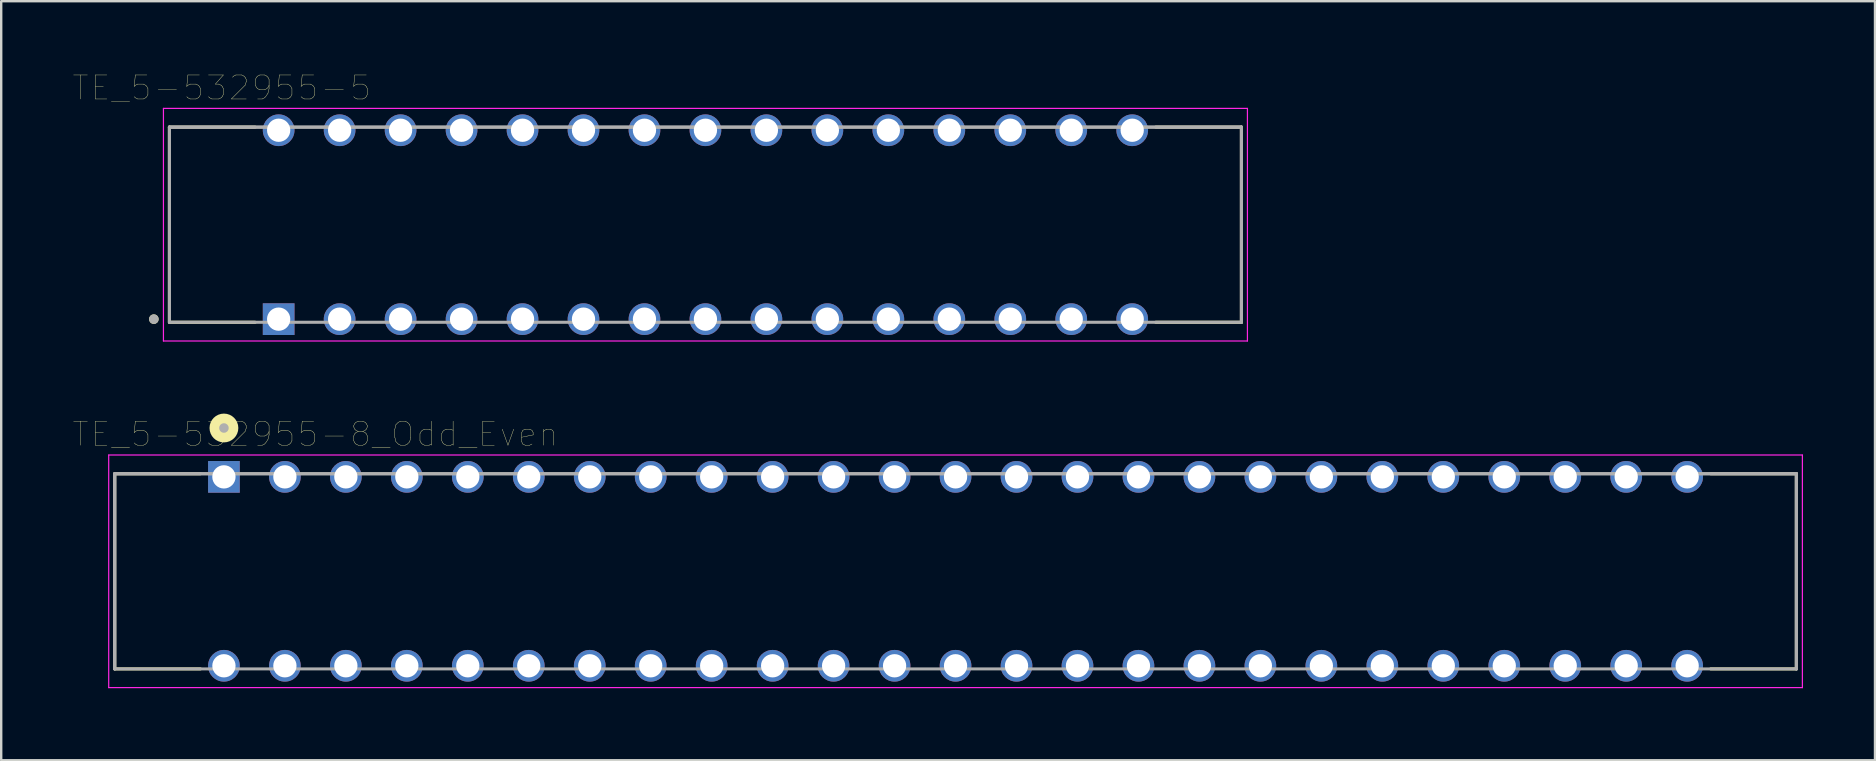
<source format=kicad_pcb>
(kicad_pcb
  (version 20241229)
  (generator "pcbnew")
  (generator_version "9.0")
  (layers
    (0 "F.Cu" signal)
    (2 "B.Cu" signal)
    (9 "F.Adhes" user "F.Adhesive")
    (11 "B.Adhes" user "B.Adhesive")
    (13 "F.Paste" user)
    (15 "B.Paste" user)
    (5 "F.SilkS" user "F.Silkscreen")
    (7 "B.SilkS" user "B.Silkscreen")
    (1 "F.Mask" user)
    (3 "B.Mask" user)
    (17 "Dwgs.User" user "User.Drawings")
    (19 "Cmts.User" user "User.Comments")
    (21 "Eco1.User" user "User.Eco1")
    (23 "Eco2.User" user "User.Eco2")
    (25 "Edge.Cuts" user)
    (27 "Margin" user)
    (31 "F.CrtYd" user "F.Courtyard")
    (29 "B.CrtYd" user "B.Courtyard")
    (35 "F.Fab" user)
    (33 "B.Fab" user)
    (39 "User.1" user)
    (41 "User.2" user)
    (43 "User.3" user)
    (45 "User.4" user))
  (footprint "TE_5-532955-5"
    (layer "F.Cu")
    (at 8.559 10.246)
    (property "Reference" "TE_5-532955-5" (at -2.375 -9.635 0) (layer "F.SilkS") (effects (font (size 1 1) (thickness 0.015))))
    (attr through_hole)
    (fp_line (start -4.55 -8) (end -0.98 -8) (stroke (width 0.127) (type solid)) (layer "F.SilkS"))
    (fp_line (start -4.55 0.13) (end -4.55 -8) (stroke (width 0.127) (type solid)) (layer "F.SilkS"))
    (fp_line (start -0.98 0.13) (end -4.55 0.13) (stroke (width 0.127) (type solid)) (layer "F.SilkS"))
    (fp_line (start 36.54 -8) (end 40.11 -8) (stroke (width 0.127) (type solid)) (layer "F.SilkS"))
    (fp_line (start 36.54 0.13) (end 40.11 0.13) (stroke (width 0.127) (type solid)) (layer "F.SilkS"))
    (fp_line (start 40.11 -8) (end 40.11 0.13) (stroke (width 0.127) (type solid)) (layer "F.SilkS"))
    (fp_circle (center -5.2 0) (end -5.1 0) (stroke (width 0.2) (type solid)) (fill no) (layer "F.SilkS"))
    (fp_line (start -4.8 -8.78) (end 40.36 -8.78) (stroke (width 0.05) (type solid)) (layer "F.CrtYd"))
    (fp_line (start -4.8 0.91) (end -4.8 -8.78) (stroke (width 0.05) (type solid)) (layer "F.CrtYd"))
    (fp_line (start 40.36 -8.78) (end 40.36 0.91) (stroke (width 0.05) (type solid)) (layer "F.CrtYd"))
    (fp_line (start 40.36 0.91) (end -4.8 0.91) (stroke (width 0.05) (type solid)) (layer "F.CrtYd"))
    (fp_line (start -4.55 -8) (end 40.11 -8) (stroke (width 0.127) (type solid)) (layer "F.Fab"))
    (fp_line (start -4.55 -8) (end 40.11 -8) (stroke (width 0.127) (type solid)) (layer "F.Fab"))
    (fp_line (start -4.55 0.13) (end -4.55 -8) (stroke (width 0.127) (type solid)) (layer "F.Fab"))
    (fp_line (start -4.55 0.13) (end -4.55 -8) (stroke (width 0.127) (type solid)) (layer "F.Fab"))
    (fp_line (start 40.11 -8) (end 40.11 0.13) (stroke (width 0.127) (type solid)) (layer "F.Fab"))
    (fp_line (start 40.11 -8) (end 40.11 0.13) (stroke (width 0.127) (type solid)) (layer "F.Fab"))
    (fp_line (start 40.11 0.13) (end -4.55 0.13) (stroke (width 0.127) (type solid)) (layer "F.Fab"))
    (fp_circle (center -5.2 0) (end -5.1 0) (stroke (width 0.2) (type solid)) (fill no) (layer "F.Fab"))
    (pad "1" thru_hole rect (at 0 0) (size 1.32 1.32) (drill 0.97) (layers "*.Cu" "*.Mask"))
    (pad "2" thru_hole circle (at 2.54 0) (size 1.32 1.32) (drill 0.97) (layers "*.Cu" "*.Mask"))
    (pad "3" thru_hole circle (at 5.08 0) (size 1.32 1.32) (drill 0.97) (layers "*.Cu" "*.Mask"))
    (pad "4" thru_hole circle (at 7.62 0) (size 1.32 1.32) (drill 0.97) (layers "*.Cu" "*.Mask"))
    (pad "5" thru_hole circle (at 10.16 0) (size 1.32 1.32) (drill 0.97) (layers "*.Cu" "*.Mask"))
    (pad "6" thru_hole circle (at 12.7 0) (size 1.32 1.32) (drill 0.97) (layers "*.Cu" "*.Mask"))
    (pad "7" thru_hole circle (at 15.24 0) (size 1.32 1.32) (drill 0.97) (layers "*.Cu" "*.Mask"))
    (pad "8" thru_hole circle (at 17.78 0) (size 1.32 1.32) (drill 0.97) (layers "*.Cu" "*.Mask"))
    (pad "9" thru_hole circle (at 20.32 0) (size 1.32 1.32) (drill 0.97) (layers "*.Cu" "*.Mask"))
    (pad "10" thru_hole circle (at 22.86 0) (size 1.32 1.32) (drill 0.97) (layers "*.Cu" "*.Mask"))
    (pad "11" thru_hole circle (at 25.4 0) (size 1.32 1.32) (drill 0.97) (layers "*.Cu" "*.Mask"))
    (pad "12" thru_hole circle (at 27.94 0) (size 1.32 1.32) (drill 0.97) (layers "*.Cu" "*.Mask"))
    (pad "13" thru_hole circle (at 30.48 0) (size 1.32 1.32) (drill 0.97) (layers "*.Cu" "*.Mask"))
    (pad "14" thru_hole circle (at 33.02 0) (size 1.32 1.32) (drill 0.97) (layers "*.Cu" "*.Mask"))
    (pad "15" thru_hole circle (at 35.56 0) (size 1.32 1.32) (drill 0.97) (layers "*.Cu" "*.Mask"))
    (pad "16" thru_hole circle (at 0 -7.87) (size 1.32 1.32) (drill 0.97) (layers "*.Cu" "*.Mask"))
    (pad "17" thru_hole circle (at 2.54 -7.87) (size 1.32 1.32) (drill 0.97) (layers "*.Cu" "*.Mask"))
    (pad "18" thru_hole circle (at 5.08 -7.87) (size 1.32 1.32) (drill 0.97) (layers "*.Cu" "*.Mask"))
    (pad "19" thru_hole circle (at 7.62 -7.87) (size 1.32 1.32) (drill 0.97) (layers "*.Cu" "*.Mask"))
    (pad "20" thru_hole circle (at 10.16 -7.87) (size 1.32 1.32) (drill 0.97) (layers "*.Cu" "*.Mask"))
    (pad "21" thru_hole circle (at 12.7 -7.87) (size 1.32 1.32) (drill 0.97) (layers "*.Cu" "*.Mask"))
    (pad "22" thru_hole circle (at 15.24 -7.87) (size 1.32 1.32) (drill 0.97) (layers "*.Cu" "*.Mask"))
    (pad "23" thru_hole circle (at 17.78 -7.87) (size 1.32 1.32) (drill 0.97) (layers "*.Cu" "*.Mask"))
    (pad "24" thru_hole circle (at 20.32 -7.87) (size 1.32 1.32) (drill 0.97) (layers "*.Cu" "*.Mask"))
    (pad "25" thru_hole circle (at 22.86 -7.87) (size 1.32 1.32) (drill 0.97) (layers "*.Cu" "*.Mask"))
    (pad "26" thru_hole circle (at 25.4 -7.87) (size 1.32 1.32) (drill 0.97) (layers "*.Cu" "*.Mask"))
    (pad "27" thru_hole circle (at 27.94 -7.87) (size 1.32 1.32) (drill 0.97) (layers "*.Cu" "*.Mask"))
    (pad "28" thru_hole circle (at 30.48 -7.87) (size 1.32 1.32) (drill 0.97) (layers "*.Cu" "*.Mask"))
    (pad "29" thru_hole circle (at 33.02 -7.87) (size 1.32 1.32) (drill 0.97) (layers "*.Cu" "*.Mask"))
    (pad "30" thru_hole circle (at 35.56 -7.87) (size 1.32 1.32) (drill 0.97) (layers "*.Cu" "*.Mask")))
  (footprint "TE_5-532955-8_Odd_Even"
    (layer "F.Cu")
    (at 6.279 16.817)
    (property "Reference" "TE_5-532955-8_Odd_Even" (at 3.81 -1.782 0) (layer "F.SilkS") (effects (font (size 1 1) (thickness 0.015))))
    (attr through_hole)
    (fp_line (start -4.55 -0.13) (end -0.98 -0.13) (stroke (width 0.127) (type solid)) (layer "F.SilkS"))
    (fp_line (start -4.55 8) (end -4.55 -0.13) (stroke (width 0.127) (type solid)) (layer "F.SilkS"))
    (fp_line (start -0.98 8) (end -4.55 8) (stroke (width 0.127) (type solid)) (layer "F.SilkS"))
    (fp_line (start 61.94 -0.13) (end 65.51 -0.13) (stroke (width 0.127) (type solid)) (layer "F.SilkS"))
    (fp_line (start 61.94 8) (end 65.51 8) (stroke (width 0.127) (type solid)) (layer "F.SilkS"))
    (fp_line (start 65.51 -0.13) (end 65.51 8) (stroke (width 0.127) (type solid)) (layer "F.SilkS"))
    (fp_circle (center 0 -2.036) (end 0.3 -2.036) (stroke (width 0.6) (type solid)) (fill no) (layer "F.SilkS"))
    (fp_line (start -4.8 -0.91) (end 65.76 -0.91) (stroke (width 0.05) (type solid)) (layer "F.CrtYd"))
    (fp_line (start -4.8 8.78) (end -4.8 -0.91) (stroke (width 0.05) (type solid)) (layer "F.CrtYd"))
    (fp_line (start 65.76 -0.91) (end 65.76 8.78) (stroke (width 0.05) (type solid)) (layer "F.CrtYd"))
    (fp_line (start 65.76 8.78) (end -4.8 8.78) (stroke (width 0.05) (type solid)) (layer "F.CrtYd"))
    (fp_line (start -4.55 -0.13) (end 65.51 -0.13) (stroke (width 0.127) (type solid)) (layer "F.Fab"))
    (fp_line (start -4.55 -0.13) (end 65.51 -0.13) (stroke (width 0.127) (type solid)) (layer "F.Fab"))
    (fp_line (start -4.55 8) (end -4.55 -0.13) (stroke (width 0.127) (type solid)) (layer "F.Fab"))
    (fp_line (start -4.55 8) (end -4.55 -0.13) (stroke (width 0.127) (type solid)) (layer "F.Fab"))
    (fp_line (start 65.51 -0.13) (end 65.51 8) (stroke (width 0.127) (type solid)) (layer "F.Fab"))
    (fp_line (start 65.51 -0.13) (end 65.51 8) (stroke (width 0.127) (type solid)) (layer "F.Fab"))
    (fp_line (start 65.51 8) (end -4.55 8) (stroke (width 0.127) (type solid)) (layer "F.Fab"))
    (fp_circle (center 0 -2.036) (end 0.1 -2.036) (stroke (width 0.2) (type solid)) (fill no) (layer "F.Fab"))
    (pad "1" thru_hole rect (at 0 0) (size 1.32 1.32) (drill 0.97) (layers "*.Cu" "*.Mask"))
    (pad "2" thru_hole circle (at 0 7.87) (size 1.32 1.32) (drill 0.97) (layers "*.Cu" "*.Mask"))
    (pad "3" thru_hole circle (at 2.54 0) (size 1.32 1.32) (drill 0.97) (layers "*.Cu" "*.Mask"))
    (pad "4" thru_hole circle (at 2.54 7.87) (size 1.32 1.32) (drill 0.97) (layers "*.Cu" "*.Mask"))
    (pad "5" thru_hole circle (at 5.08 0) (size 1.32 1.32) (drill 0.97) (layers "*.Cu" "*.Mask"))
    (pad "6" thru_hole circle (at 5.08 7.87) (size 1.32 1.32) (drill 0.97) (layers "*.Cu" "*.Mask"))
    (pad "7" thru_hole circle (at 7.62 0) (size 1.32 1.32) (drill 0.97) (layers "*.Cu" "*.Mask"))
    (pad "8" thru_hole circle (at 7.62 7.87) (size 1.32 1.32) (drill 0.97) (layers "*.Cu" "*.Mask"))
    (pad "9" thru_hole circle (at 10.16 0) (size 1.32 1.32) (drill 0.97) (layers "*.Cu" "*.Mask"))
    (pad "10" thru_hole circle (at 10.16 7.87) (size 1.32 1.32) (drill 0.97) (layers "*.Cu" "*.Mask"))
    (pad "11" thru_hole circle (at 12.7 0) (size 1.32 1.32) (drill 0.97) (layers "*.Cu" "*.Mask"))
    (pad "12" thru_hole circle (at 12.7 7.87) (size 1.32 1.32) (drill 0.97) (layers "*.Cu" "*.Mask"))
    (pad "13" thru_hole circle (at 15.24 0) (size 1.32 1.32) (drill 0.97) (layers "*.Cu" "*.Mask"))
    (pad "14" thru_hole circle (at 15.24 7.87) (size 1.32 1.32) (drill 0.97) (layers "*.Cu" "*.Mask"))
    (pad "15" thru_hole circle (at 17.78 0) (size 1.32 1.32) (drill 0.97) (layers "*.Cu" "*.Mask"))
    (pad "16" thru_hole circle (at 17.78 7.87) (size 1.32 1.32) (drill 0.97) (layers "*.Cu" "*.Mask"))
    (pad "17" thru_hole circle (at 20.32 0) (size 1.32 1.32) (drill 0.97) (layers "*.Cu" "*.Mask"))
    (pad "18" thru_hole circle (at 20.32 7.87) (size 1.32 1.32) (drill 0.97) (layers "*.Cu" "*.Mask"))
    (pad "19" thru_hole circle (at 22.86 0) (size 1.32 1.32) (drill 0.97) (layers "*.Cu" "*.Mask"))
    (pad "20" thru_hole circle (at 22.86 7.87) (size 1.32 1.32) (drill 0.97) (layers "*.Cu" "*.Mask"))
    (pad "21" thru_hole circle (at 25.4 0) (size 1.32 1.32) (drill 0.97) (layers "*.Cu" "*.Mask"))
    (pad "22" thru_hole circle (at 25.4 7.87) (size 1.32 1.32) (drill 0.97) (layers "*.Cu" "*.Mask"))
    (pad "23" thru_hole circle (at 27.94 0) (size 1.32 1.32) (drill 0.97) (layers "*.Cu" "*.Mask"))
    (pad "24" thru_hole circle (at 27.94 7.87) (size 1.32 1.32) (drill 0.97) (layers "*.Cu" "*.Mask"))
    (pad "25" thru_hole circle (at 30.48 0) (size 1.32 1.32) (drill 0.97) (layers "*.Cu" "*.Mask"))
    (pad "26" thru_hole circle (at 30.48 7.87) (size 1.32 1.32) (drill 0.97) (layers "*.Cu" "*.Mask"))
    (pad "27" thru_hole circle (at 33.02 0) (size 1.32 1.32) (drill 0.97) (layers "*.Cu" "*.Mask"))
    (pad "28" thru_hole circle (at 33.02 7.87) (size 1.32 1.32) (drill 0.97) (layers "*.Cu" "*.Mask"))
    (pad "29" thru_hole circle (at 35.56 0) (size 1.32 1.32) (drill 0.97) (layers "*.Cu" "*.Mask"))
    (pad "30" thru_hole circle (at 35.56 7.87) (size 1.32 1.32) (drill 0.97) (layers "*.Cu" "*.Mask"))
    (pad "31" thru_hole circle (at 38.1 0) (size 1.32 1.32) (drill 0.97) (layers "*.Cu" "*.Mask"))
    (pad "32" thru_hole circle (at 38.1 7.87) (size 1.32 1.32) (drill 0.97) (layers "*.Cu" "*.Mask"))
    (pad "33" thru_hole circle (at 40.64 0) (size 1.32 1.32) (drill 0.97) (layers "*.Cu" "*.Mask"))
    (pad "34" thru_hole circle (at 40.64 7.87) (size 1.32 1.32) (drill 0.97) (layers "*.Cu" "*.Mask"))
    (pad "35" thru_hole circle (at 43.18 0) (size 1.32 1.32) (drill 0.97) (layers "*.Cu" "*.Mask"))
    (pad "36" thru_hole circle (at 43.18 7.87) (size 1.32 1.32) (drill 0.97) (layers "*.Cu" "*.Mask"))
    (pad "37" thru_hole circle (at 45.72 0) (size 1.32 1.32) (drill 0.97) (layers "*.Cu" "*.Mask"))
    (pad "38" thru_hole circle (at 45.72 7.87) (size 1.32 1.32) (drill 0.97) (layers "*.Cu" "*.Mask"))
    (pad "39" thru_hole circle (at 48.26 0 90) (size 1.32 1.32) (drill 0.97) (layers "*.Cu" "*.Mask"))
    (pad "40" thru_hole circle (at 48.26 7.87) (size 1.32 1.32) (drill 0.97) (layers "*.Cu" "*.Mask"))
    (pad "41" thru_hole circle (at 50.8 0) (size 1.32 1.32) (drill 0.97) (layers "*.Cu" "*.Mask"))
    (pad "42" thru_hole circle (at 50.8 7.87) (size 1.32 1.32) (drill 0.97) (layers "*.Cu" "*.Mask"))
    (pad "43" thru_hole circle (at 53.34 0 90) (size 1.32 1.32) (drill 0.97) (layers "*.Cu" "*.Mask"))
    (pad "44" thru_hole circle (at 53.34 7.87) (size 1.32 1.32) (drill 0.97) (layers "*.Cu" "*.Mask"))
    (pad "45" thru_hole circle (at 55.88 0) (size 1.32 1.32) (drill 0.97) (layers "*.Cu" "*.Mask"))
    (pad "46" thru_hole circle (at 55.88 7.87) (size 1.32 1.32) (drill 0.97) (layers "*.Cu" "*.Mask"))
    (pad "47" thru_hole circle (at 58.42 0) (size 1.32 1.32) (drill 0.97) (layers "*.Cu" "*.Mask"))
    (pad "48" thru_hole circle (at 58.42 7.87) (size 1.32 1.32) (drill 0.97) (layers "*.Cu" "*.Mask"))
    (pad "49" thru_hole circle (at 60.96 0 90) (size 1.32 1.32) (drill 0.97) (layers "*.Cu" "*.Mask"))
    (pad "50" thru_hole circle (at 60.96 7.87 90) (size 1.32 1.32) (drill 0.97) (layers "*.Cu" "*.Mask")))
  (gr_rect
    (start -3 -3)
    (end 75.064 28.622)
    (stroke (width 0.1) (type default))
    (fill no)
    (layer "Edge.Cuts")))
</source>
